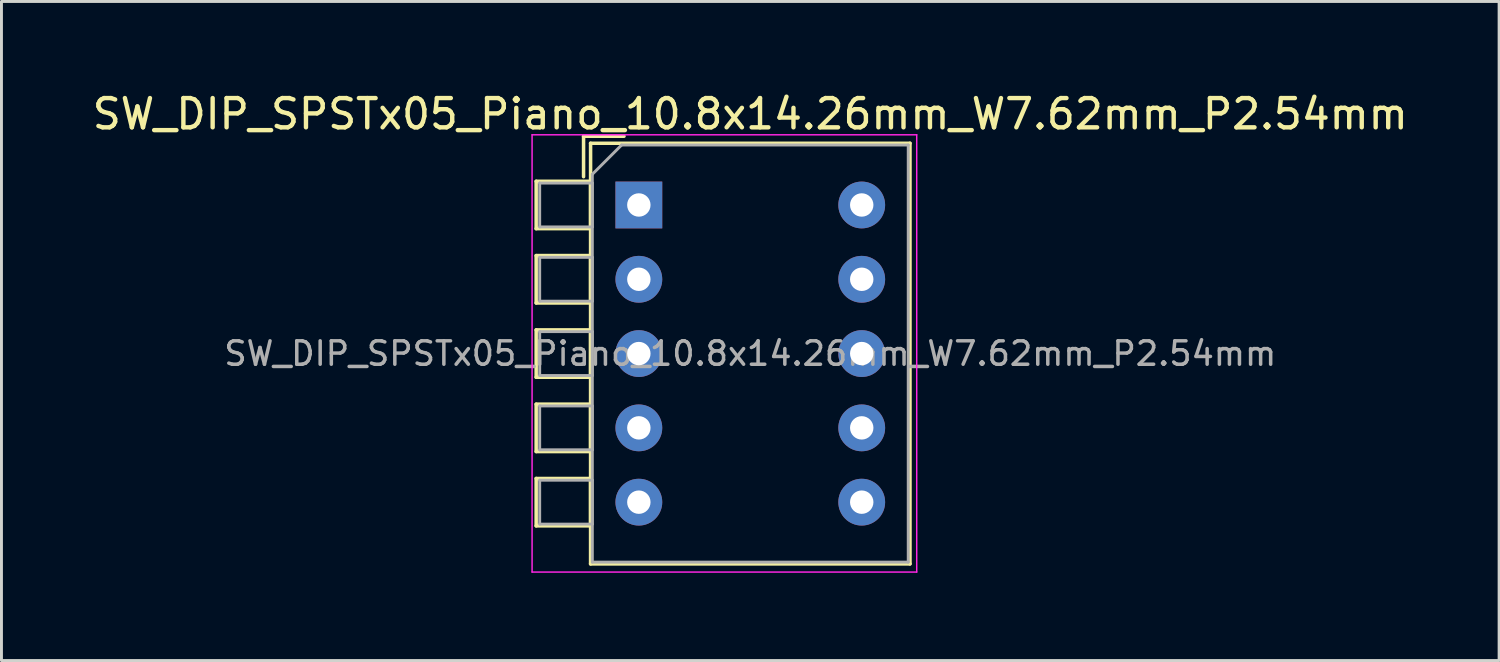
<source format=kicad_pcb>
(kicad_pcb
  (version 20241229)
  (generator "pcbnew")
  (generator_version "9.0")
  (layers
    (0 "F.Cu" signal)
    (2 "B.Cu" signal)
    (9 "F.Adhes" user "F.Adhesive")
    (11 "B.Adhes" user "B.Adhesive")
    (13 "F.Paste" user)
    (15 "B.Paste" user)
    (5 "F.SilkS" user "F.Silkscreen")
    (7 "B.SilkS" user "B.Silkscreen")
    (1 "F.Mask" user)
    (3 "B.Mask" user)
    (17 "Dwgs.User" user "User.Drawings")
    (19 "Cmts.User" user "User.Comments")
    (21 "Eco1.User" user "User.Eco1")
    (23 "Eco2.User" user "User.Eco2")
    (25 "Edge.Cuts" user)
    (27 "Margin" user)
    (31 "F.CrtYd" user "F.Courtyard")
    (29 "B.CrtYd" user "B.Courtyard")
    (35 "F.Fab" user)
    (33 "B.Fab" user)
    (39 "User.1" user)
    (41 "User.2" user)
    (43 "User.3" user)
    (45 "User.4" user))
  (footprint "SW_DIP_SPSTx05_Piano_10.8x14.26mm_W7.62mm_P2.54mm"
    (layer "F.Cu")
    (at 18.791 3.958)
    (property "Reference" "SW_DIP_SPSTx05_Piano_10.8x14.26mm_W7.62mm_P2.54mm" (at 3.81 -3.11 0) (layer "F.SilkS") (effects (font (size 1 1) (thickness 0.15))))
    (attr through_hole)
    (fp_line (start -3.51 -0.81) (end -3.51 0.81) (stroke (width 0.12) (type solid)) (layer "F.SilkS"))
    (fp_line (start -3.51 -0.81) (end -1.65 -0.81) (stroke (width 0.12) (type solid)) (layer "F.SilkS"))
    (fp_line (start -3.51 0.81) (end -1.65 0.81) (stroke (width 0.12) (type solid)) (layer "F.SilkS"))
    (fp_line (start -3.51 1.73) (end -3.51 3.35) (stroke (width 0.12) (type solid)) (layer "F.SilkS"))
    (fp_line (start -3.51 1.73) (end -1.65 1.73) (stroke (width 0.12) (type solid)) (layer "F.SilkS"))
    (fp_line (start -3.51 3.35) (end -1.65 3.35) (stroke (width 0.12) (type solid)) (layer "F.SilkS"))
    (fp_line (start -3.51 4.27) (end -3.51 5.89) (stroke (width 0.12) (type solid)) (layer "F.SilkS"))
    (fp_line (start -3.51 4.27) (end -1.65 4.27) (stroke (width 0.12) (type solid)) (layer "F.SilkS"))
    (fp_line (start -3.51 5.89) (end -1.65 5.89) (stroke (width 0.12) (type solid)) (layer "F.SilkS"))
    (fp_line (start -3.51 6.81) (end -3.51 8.43) (stroke (width 0.12) (type solid)) (layer "F.SilkS"))
    (fp_line (start -3.51 6.81) (end -1.65 6.81) (stroke (width 0.12) (type solid)) (layer "F.SilkS"))
    (fp_line (start -3.51 8.43) (end -1.65 8.43) (stroke (width 0.12) (type solid)) (layer "F.SilkS"))
    (fp_line (start -3.51 9.35) (end -3.51 10.97) (stroke (width 0.12) (type solid)) (layer "F.SilkS"))
    (fp_line (start -3.51 9.35) (end -1.65 9.35) (stroke (width 0.12) (type solid)) (layer "F.SilkS"))
    (fp_line (start -3.51 10.97) (end -1.65 10.97) (stroke (width 0.12) (type solid)) (layer "F.SilkS"))
    (fp_line (start -1.89 -2.35) (end -1.89 -0.967) (stroke (width 0.12) (type solid)) (layer "F.SilkS"))
    (fp_line (start -1.89 -2.35) (end -0.507 -2.35) (stroke (width 0.12) (type solid)) (layer "F.SilkS"))
    (fp_line (start -1.65 -2.11) (end -1.65 12.271) (stroke (width 0.12) (type solid)) (layer "F.SilkS"))
    (fp_line (start -1.65 -2.11) (end 9.27 -2.11) (stroke (width 0.12) (type solid)) (layer "F.SilkS"))
    (fp_line (start -1.65 -0.81) (end -1.65 0.81) (stroke (width 0.12) (type solid)) (layer "F.SilkS"))
    (fp_line (start -1.65 1.73) (end -1.65 3.35) (stroke (width 0.12) (type solid)) (layer "F.SilkS"))
    (fp_line (start -1.65 4.27) (end -1.65 5.89) (stroke (width 0.12) (type solid)) (layer "F.SilkS"))
    (fp_line (start -1.65 6.81) (end -1.65 8.43) (stroke (width 0.12) (type solid)) (layer "F.SilkS"))
    (fp_line (start -1.65 9.35) (end -1.65 10.97) (stroke (width 0.12) (type solid)) (layer "F.SilkS"))
    (fp_line (start -1.65 12.271) (end 9.27 12.271) (stroke (width 0.12) (type solid)) (layer "F.SilkS"))
    (fp_line (start 9.27 -2.11) (end 9.27 12.271) (stroke (width 0.12) (type solid)) (layer "F.SilkS"))
    (fp_line (start -3.65 -2.4) (end -3.65 12.55) (stroke (width 0.05) (type solid)) (layer "F.CrtYd"))
    (fp_line (start -3.65 12.55) (end 9.5 12.55) (stroke (width 0.05) (type solid)) (layer "F.CrtYd"))
    (fp_line (start 9.5 -2.4) (end -3.65 -2.4) (stroke (width 0.05) (type solid)) (layer "F.CrtYd"))
    (fp_line (start 9.5 12.55) (end 9.5 -2.4) (stroke (width 0.05) (type solid)) (layer "F.CrtYd"))
    (fp_line (start -3.39 -0.75) (end -1.59 -0.75) (stroke (width 0.1) (type solid)) (layer "F.Fab"))
    (fp_line (start -3.39 0.75) (end -3.39 -0.75) (stroke (width 0.1) (type solid)) (layer "F.Fab"))
    (fp_line (start -3.39 1.79) (end -1.59 1.79) (stroke (width 0.1) (type solid)) (layer "F.Fab"))
    (fp_line (start -3.39 3.29) (end -3.39 1.79) (stroke (width 0.1) (type solid)) (layer "F.Fab"))
    (fp_line (start -3.39 4.33) (end -1.59 4.33) (stroke (width 0.1) (type solid)) (layer "F.Fab"))
    (fp_line (start -3.39 5.83) (end -3.39 4.33) (stroke (width 0.1) (type solid)) (layer "F.Fab"))
    (fp_line (start -3.39 6.87) (end -1.59 6.87) (stroke (width 0.1) (type solid)) (layer "F.Fab"))
    (fp_line (start -3.39 8.37) (end -3.39 6.87) (stroke (width 0.1) (type solid)) (layer "F.Fab"))
    (fp_line (start -3.39 9.41) (end -1.59 9.41) (stroke (width 0.1) (type solid)) (layer "F.Fab"))
    (fp_line (start -3.39 10.91) (end -3.39 9.41) (stroke (width 0.1) (type solid)) (layer "F.Fab"))
    (fp_line (start -1.59 -1.05) (end -0.59 -2.05) (stroke (width 0.1) (type solid)) (layer "F.Fab"))
    (fp_line (start -1.59 -0.75) (end -1.59 0.75) (stroke (width 0.1) (type solid)) (layer "F.Fab"))
    (fp_line (start -1.59 0.75) (end -3.39 0.75) (stroke (width 0.1) (type solid)) (layer "F.Fab"))
    (fp_line (start -1.59 1.79) (end -1.59 3.29) (stroke (width 0.1) (type solid)) (layer "F.Fab"))
    (fp_line (start -1.59 3.29) (end -3.39 3.29) (stroke (width 0.1) (type solid)) (layer "F.Fab"))
    (fp_line (start -1.59 4.33) (end -1.59 5.83) (stroke (width 0.1) (type solid)) (layer "F.Fab"))
    (fp_line (start -1.59 5.83) (end -3.39 5.83) (stroke (width 0.1) (type solid)) (layer "F.Fab"))
    (fp_line (start -1.59 6.87) (end -1.59 8.37) (stroke (width 0.1) (type solid)) (layer "F.Fab"))
    (fp_line (start -1.59 8.37) (end -3.39 8.37) (stroke (width 0.1) (type solid)) (layer "F.Fab"))
    (fp_line (start -1.59 9.41) (end -1.59 10.91) (stroke (width 0.1) (type solid)) (layer "F.Fab"))
    (fp_line (start -1.59 10.91) (end -3.39 10.91) (stroke (width 0.1) (type solid)) (layer "F.Fab"))
    (fp_line (start -1.59 12.21) (end -1.59 -1.05) (stroke (width 0.1) (type solid)) (layer "F.Fab"))
    (fp_line (start -0.59 -2.05) (end 9.21 -2.05) (stroke (width 0.1) (type solid)) (layer "F.Fab"))
    (fp_line (start 9.21 -2.05) (end 9.21 12.21) (stroke (width 0.1) (type solid)) (layer "F.Fab"))
    (fp_line (start 9.21 12.21) (end -1.59 12.21) (stroke (width 0.1) (type solid)) (layer "F.Fab"))
    (fp_text user "${REFERENCE}" (at 3.81 5.08 0) (layer "F.Fab") (effects (font (size 0.8 0.8) (thickness 0.12))))
    (pad "1" thru_hole rect (at 0 0) (size 1.6 1.6) (drill 0.8) (layers "*.Cu" "*.Mask"))
    (pad "2" thru_hole oval (at 0 2.54) (size 1.6 1.6) (drill 0.8) (layers "*.Cu" "*.Mask"))
    (pad "3" thru_hole oval (at 0 5.08) (size 1.6 1.6) (drill 0.8) (layers "*.Cu" "*.Mask"))
    (pad "4" thru_hole oval (at 0 7.62) (size 1.6 1.6) (drill 0.8) (layers "*.Cu" "*.Mask"))
    (pad "5" thru_hole oval (at 0 10.16) (size 1.6 1.6) (drill 0.8) (layers "*.Cu" "*.Mask"))
    (pad "6" thru_hole oval (at 7.62 10.16) (size 1.6 1.6) (drill 0.8) (layers "*.Cu" "*.Mask"))
    (pad "7" thru_hole oval (at 7.62 7.62) (size 1.6 1.6) (drill 0.8) (layers "*.Cu" "*.Mask"))
    (pad "8" thru_hole oval (at 7.62 5.08) (size 1.6 1.6) (drill 0.8) (layers "*.Cu" "*.Mask"))
    (pad "9" thru_hole oval (at 7.62 2.54) (size 1.6 1.6) (drill 0.8) (layers "*.Cu" "*.Mask"))
    (pad "10" thru_hole oval (at 7.62 0) (size 1.6 1.6) (drill 0.8) (layers "*.Cu" "*.Mask")))
  (gr_rect
    (start -3 -3)
    (end 48.202 19.533)
    (stroke (width 0.1) (type default))
    (fill no)
    (layer "Edge.Cuts")))
</source>
